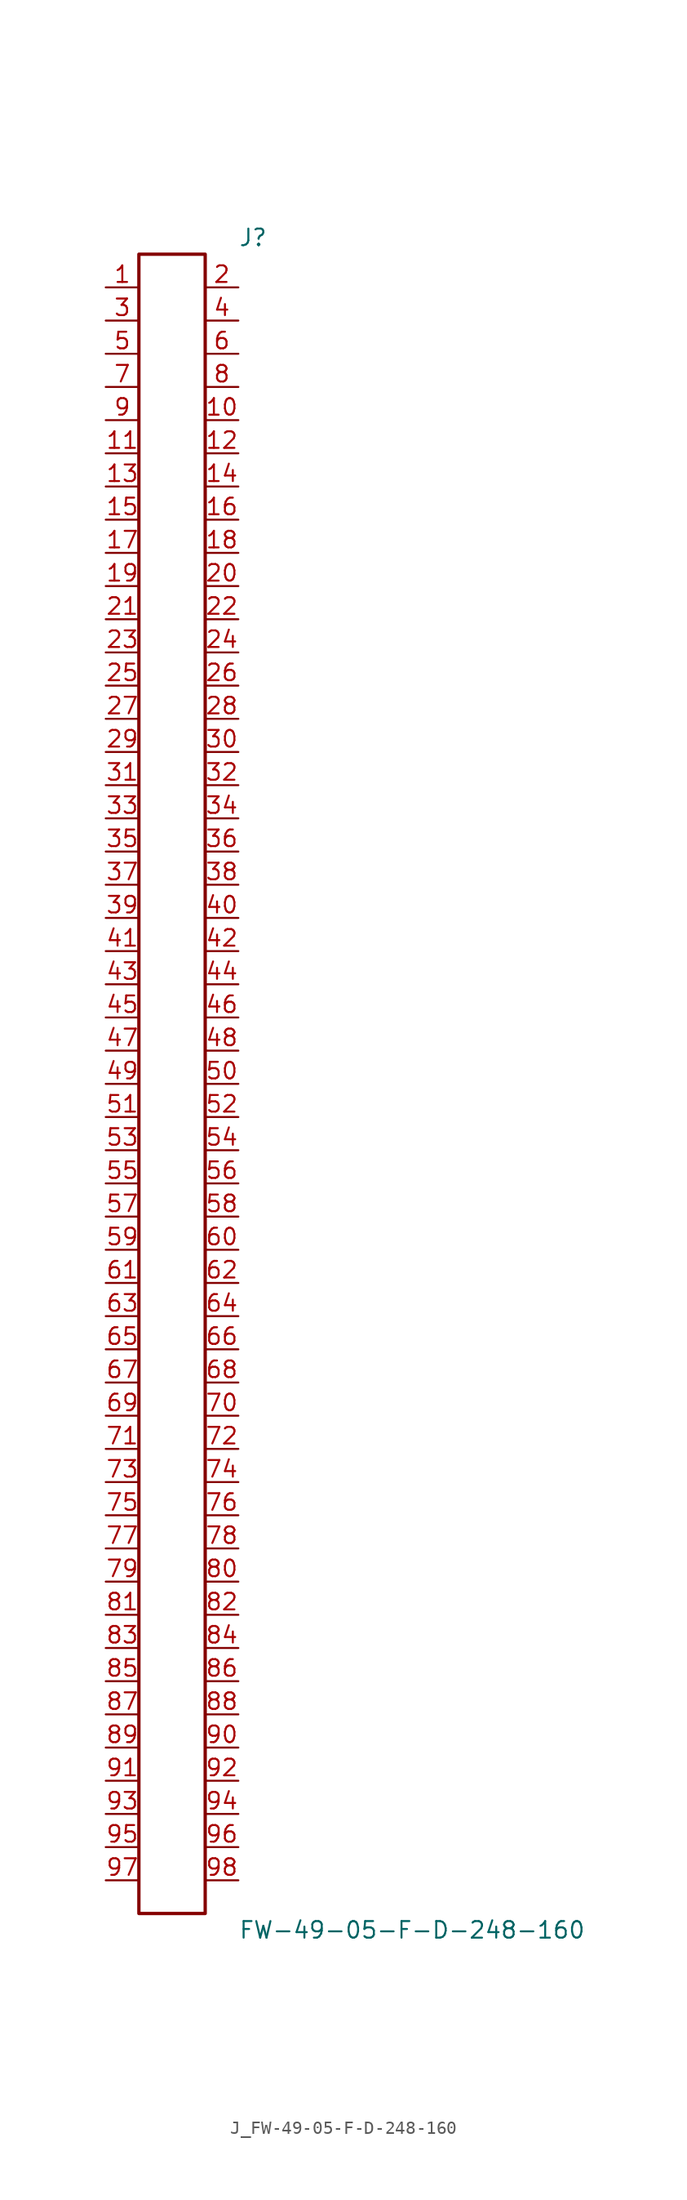
<source format=kicad_sym>
(kicad_symbol_lib
  (version 20231120)
  (generator kicad_symbol_editor)
  (generator_version 8.0)
  (symbol "J_FW-49-05-F-D-248-160"
    (pin_names
      (offset 0.254))
    (property "Reference" "J"
      (at 5.08 64.77 0)
      (effects (font (size 1.27 1.27)) (justify left)))
    (property "Value" "FW-49-05-F-D-248-160"
      (at 5.08 -64.77 0)
      (effects (font (size 1.27 1.27)) (justify left)))
    (symbol "J_FW-49-05-F-D-248-160_0_0"
      (pin passive line (at -5.08 60.96 0) (length 2.54) (name "" (effects (font (size 1.27 1.27)))) (number "1" (effects (font (size 1.27 1.27)))))
      (pin passive line (at 5.08 60.96 180) (length 2.54) (name "" (effects (font (size 1.27 1.27)))) (number "2" (effects (font (size 1.27 1.27)))))
      (pin passive line (at -5.08 58.42 0) (length 2.54) (name "" (effects (font (size 1.27 1.27)))) (number "3" (effects (font (size 1.27 1.27)))))
      (pin passive line (at 5.08 58.42 180) (length 2.54) (name "" (effects (font (size 1.27 1.27)))) (number "4" (effects (font (size 1.27 1.27)))))
      (pin passive line (at -5.08 55.88 0) (length 2.54) (name "" (effects (font (size 1.27 1.27)))) (number "5" (effects (font (size 1.27 1.27)))))
      (pin passive line (at 5.08 55.88 180) (length 2.54) (name "" (effects (font (size 1.27 1.27)))) (number "6" (effects (font (size 1.27 1.27)))))
      (pin passive line (at -5.08 53.34 0) (length 2.54) (name "" (effects (font (size 1.27 1.27)))) (number "7" (effects (font (size 1.27 1.27)))))
      (pin passive line (at 5.08 53.34 180) (length 2.54) (name "" (effects (font (size 1.27 1.27)))) (number "8" (effects (font (size 1.27 1.27)))))
      (pin passive line (at -5.08 50.8 0) (length 2.54) (name "" (effects (font (size 1.27 1.27)))) (number "9" (effects (font (size 1.27 1.27)))))
      (pin passive line (at 5.08 50.8 180) (length 2.54) (name "" (effects (font (size 1.27 1.27)))) (number "10" (effects (font (size 1.27 1.27)))))
      (pin passive line (at -5.08 48.26 0) (length 2.54) (name "" (effects (font (size 1.27 1.27)))) (number "11" (effects (font (size 1.27 1.27)))))
      (pin passive line (at 5.08 48.26 180) (length 2.54) (name "" (effects (font (size 1.27 1.27)))) (number "12" (effects (font (size 1.27 1.27)))))
      (pin passive line (at -5.08 45.72 0) (length 2.54) (name "" (effects (font (size 1.27 1.27)))) (number "13" (effects (font (size 1.27 1.27)))))
      (pin passive line (at 5.08 45.72 180) (length 2.54) (name "" (effects (font (size 1.27 1.27)))) (number "14" (effects (font (size 1.27 1.27)))))
      (pin passive line (at -5.08 43.18 0) (length 2.54) (name "" (effects (font (size 1.27 1.27)))) (number "15" (effects (font (size 1.27 1.27)))))
      (pin passive line (at 5.08 43.18 180) (length 2.54) (name "" (effects (font (size 1.27 1.27)))) (number "16" (effects (font (size 1.27 1.27)))))
      (pin passive line (at -5.08 40.64 0) (length 2.54) (name "" (effects (font (size 1.27 1.27)))) (number "17" (effects (font (size 1.27 1.27)))))
      (pin passive line (at 5.08 40.64 180) (length 2.54) (name "" (effects (font (size 1.27 1.27)))) (number "18" (effects (font (size 1.27 1.27)))))
      (pin passive line (at -5.08 38.1 0) (length 2.54) (name "" (effects (font (size 1.27 1.27)))) (number "19" (effects (font (size 1.27 1.27)))))
      (pin passive line (at 5.08 38.1 180) (length 2.54) (name "" (effects (font (size 1.27 1.27)))) (number "20" (effects (font (size 1.27 1.27)))))
      (pin passive line (at -5.08 35.56 0) (length 2.54) (name "" (effects (font (size 1.27 1.27)))) (number "21" (effects (font (size 1.27 1.27)))))
      (pin passive line (at 5.08 35.56 180) (length 2.54) (name "" (effects (font (size 1.27 1.27)))) (number "22" (effects (font (size 1.27 1.27)))))
      (pin passive line (at -5.08 33.02 0) (length 2.54) (name "" (effects (font (size 1.27 1.27)))) (number "23" (effects (font (size 1.27 1.27)))))
      (pin passive line (at 5.08 33.02 180) (length 2.54) (name "" (effects (font (size 1.27 1.27)))) (number "24" (effects (font (size 1.27 1.27)))))
      (pin passive line (at -5.08 30.48 0) (length 2.54) (name "" (effects (font (size 1.27 1.27)))) (number "25" (effects (font (size 1.27 1.27)))))
      (pin passive line (at 5.08 30.48 180) (length 2.54) (name "" (effects (font (size 1.27 1.27)))) (number "26" (effects (font (size 1.27 1.27)))))
      (pin passive line (at -5.08 27.94 0) (length 2.54) (name "" (effects (font (size 1.27 1.27)))) (number "27" (effects (font (size 1.27 1.27)))))
      (pin passive line (at 5.08 27.94 180) (length 2.54) (name "" (effects (font (size 1.27 1.27)))) (number "28" (effects (font (size 1.27 1.27)))))
      (pin passive line (at -5.08 25.4 0) (length 2.54) (name "" (effects (font (size 1.27 1.27)))) (number "29" (effects (font (size 1.27 1.27)))))
      (pin passive line (at 5.08 25.4 180) (length 2.54) (name "" (effects (font (size 1.27 1.27)))) (number "30" (effects (font (size 1.27 1.27)))))
      (pin passive line (at -5.08 22.86 0) (length 2.54) (name "" (effects (font (size 1.27 1.27)))) (number "31" (effects (font (size 1.27 1.27)))))
      (pin passive line (at 5.08 22.86 180) (length 2.54) (name "" (effects (font (size 1.27 1.27)))) (number "32" (effects (font (size 1.27 1.27)))))
      (pin passive line (at -5.08 20.32 0) (length 2.54) (name "" (effects (font (size 1.27 1.27)))) (number "33" (effects (font (size 1.27 1.27)))))
      (pin passive line (at 5.08 20.32 180) (length 2.54) (name "" (effects (font (size 1.27 1.27)))) (number "34" (effects (font (size 1.27 1.27)))))
      (pin passive line (at -5.08 17.78 0) (length 2.54) (name "" (effects (font (size 1.27 1.27)))) (number "35" (effects (font (size 1.27 1.27)))))
      (pin passive line (at 5.08 17.78 180) (length 2.54) (name "" (effects (font (size 1.27 1.27)))) (number "36" (effects (font (size 1.27 1.27)))))
      (pin passive line (at -5.08 15.24 0) (length 2.54) (name "" (effects (font (size 1.27 1.27)))) (number "37" (effects (font (size 1.27 1.27)))))
      (pin passive line (at 5.08 15.24 180) (length 2.54) (name "" (effects (font (size 1.27 1.27)))) (number "38" (effects (font (size 1.27 1.27)))))
      (pin passive line (at -5.08 12.7 0) (length 2.54) (name "" (effects (font (size 1.27 1.27)))) (number "39" (effects (font (size 1.27 1.27)))))
      (pin passive line (at 5.08 12.7 180) (length 2.54) (name "" (effects (font (size 1.27 1.27)))) (number "40" (effects (font (size 1.27 1.27)))))
      (pin passive line (at -5.08 10.16 0) (length 2.54) (name "" (effects (font (size 1.27 1.27)))) (number "41" (effects (font (size 1.27 1.27)))))
      (pin passive line (at 5.08 10.16 180) (length 2.54) (name "" (effects (font (size 1.27 1.27)))) (number "42" (effects (font (size 1.27 1.27)))))
      (pin passive line (at -5.08 7.62 0) (length 2.54) (name "" (effects (font (size 1.27 1.27)))) (number "43" (effects (font (size 1.27 1.27)))))
      (pin passive line (at 5.08 7.62 180) (length 2.54) (name "" (effects (font (size 1.27 1.27)))) (number "44" (effects (font (size 1.27 1.27)))))
      (pin passive line (at -5.08 5.08 0) (length 2.54) (name "" (effects (font (size 1.27 1.27)))) (number "45" (effects (font (size 1.27 1.27)))))
      (pin passive line (at 5.08 5.08 180) (length 2.54) (name "" (effects (font (size 1.27 1.27)))) (number "46" (effects (font (size 1.27 1.27)))))
      (pin passive line (at -5.08 2.54 0) (length 2.54) (name "" (effects (font (size 1.27 1.27)))) (number "47" (effects (font (size 1.27 1.27)))))
      (pin passive line (at 5.08 2.54 180) (length 2.54) (name "" (effects (font (size 1.27 1.27)))) (number "48" (effects (font (size 1.27 1.27)))))
      (pin passive line (at -5.08 0.0 0) (length 2.54) (name "" (effects (font (size 1.27 1.27)))) (number "49" (effects (font (size 1.27 1.27)))))
      (pin passive line (at 5.08 0.0 180) (length 2.54) (name "" (effects (font (size 1.27 1.27)))) (number "50" (effects (font (size 1.27 1.27)))))
      (pin passive line (at -5.08 -2.54 0) (length 2.54) (name "" (effects (font (size 1.27 1.27)))) (number "51" (effects (font (size 1.27 1.27)))))
      (pin passive line (at 5.08 -2.54 180) (length 2.54) (name "" (effects (font (size 1.27 1.27)))) (number "52" (effects (font (size 1.27 1.27)))))
      (pin passive line (at -5.08 -5.08 0) (length 2.54) (name "" (effects (font (size 1.27 1.27)))) (number "53" (effects (font (size 1.27 1.27)))))
      (pin passive line (at 5.08 -5.08 180) (length 2.54) (name "" (effects (font (size 1.27 1.27)))) (number "54" (effects (font (size 1.27 1.27)))))
      (pin passive line (at -5.08 -7.62 0) (length 2.54) (name "" (effects (font (size 1.27 1.27)))) (number "55" (effects (font (size 1.27 1.27)))))
      (pin passive line (at 5.08 -7.62 180) (length 2.54) (name "" (effects (font (size 1.27 1.27)))) (number "56" (effects (font (size 1.27 1.27)))))
      (pin passive line (at -5.08 -10.16 0) (length 2.54) (name "" (effects (font (size 1.27 1.27)))) (number "57" (effects (font (size 1.27 1.27)))))
      (pin passive line (at 5.08 -10.16 180) (length 2.54) (name "" (effects (font (size 1.27 1.27)))) (number "58" (effects (font (size 1.27 1.27)))))
      (pin passive line (at -5.08 -12.7 0) (length 2.54) (name "" (effects (font (size 1.27 1.27)))) (number "59" (effects (font (size 1.27 1.27)))))
      (pin passive line (at 5.08 -12.7 180) (length 2.54) (name "" (effects (font (size 1.27 1.27)))) (number "60" (effects (font (size 1.27 1.27)))))
      (pin passive line (at -5.08 -15.24 0) (length 2.54) (name "" (effects (font (size 1.27 1.27)))) (number "61" (effects (font (size 1.27 1.27)))))
      (pin passive line (at 5.08 -15.24 180) (length 2.54) (name "" (effects (font (size 1.27 1.27)))) (number "62" (effects (font (size 1.27 1.27)))))
      (pin passive line (at -5.08 -17.78 0) (length 2.54) (name "" (effects (font (size 1.27 1.27)))) (number "63" (effects (font (size 1.27 1.27)))))
      (pin passive line (at 5.08 -17.78 180) (length 2.54) (name "" (effects (font (size 1.27 1.27)))) (number "64" (effects (font (size 1.27 1.27)))))
      (pin passive line (at -5.08 -20.32 0) (length 2.54) (name "" (effects (font (size 1.27 1.27)))) (number "65" (effects (font (size 1.27 1.27)))))
      (pin passive line (at 5.08 -20.32 180) (length 2.54) (name "" (effects (font (size 1.27 1.27)))) (number "66" (effects (font (size 1.27 1.27)))))
      (pin passive line (at -5.08 -22.86 0) (length 2.54) (name "" (effects (font (size 1.27 1.27)))) (number "67" (effects (font (size 1.27 1.27)))))
      (pin passive line (at 5.08 -22.86 180) (length 2.54) (name "" (effects (font (size 1.27 1.27)))) (number "68" (effects (font (size 1.27 1.27)))))
      (pin passive line (at -5.08 -25.4 0) (length 2.54) (name "" (effects (font (size 1.27 1.27)))) (number "69" (effects (font (size 1.27 1.27)))))
      (pin passive line (at 5.08 -25.4 180) (length 2.54) (name "" (effects (font (size 1.27 1.27)))) (number "70" (effects (font (size 1.27 1.27)))))
      (pin passive line (at -5.08 -27.94 0) (length 2.54) (name "" (effects (font (size 1.27 1.27)))) (number "71" (effects (font (size 1.27 1.27)))))
      (pin passive line (at 5.08 -27.94 180) (length 2.54) (name "" (effects (font (size 1.27 1.27)))) (number "72" (effects (font (size 1.27 1.27)))))
      (pin passive line (at -5.08 -30.48 0) (length 2.54) (name "" (effects (font (size 1.27 1.27)))) (number "73" (effects (font (size 1.27 1.27)))))
      (pin passive line (at 5.08 -30.48 180) (length 2.54) (name "" (effects (font (size 1.27 1.27)))) (number "74" (effects (font (size 1.27 1.27)))))
      (pin passive line (at -5.08 -33.02 0) (length 2.54) (name "" (effects (font (size 1.27 1.27)))) (number "75" (effects (font (size 1.27 1.27)))))
      (pin passive line (at 5.08 -33.02 180) (length 2.54) (name "" (effects (font (size 1.27 1.27)))) (number "76" (effects (font (size 1.27 1.27)))))
      (pin passive line (at -5.08 -35.56 0) (length 2.54) (name "" (effects (font (size 1.27 1.27)))) (number "77" (effects (font (size 1.27 1.27)))))
      (pin passive line (at 5.08 -35.56 180) (length 2.54) (name "" (effects (font (size 1.27 1.27)))) (number "78" (effects (font (size 1.27 1.27)))))
      (pin passive line (at -5.08 -38.1 0) (length 2.54) (name "" (effects (font (size 1.27 1.27)))) (number "79" (effects (font (size 1.27 1.27)))))
      (pin passive line (at 5.08 -38.1 180) (length 2.54) (name "" (effects (font (size 1.27 1.27)))) (number "80" (effects (font (size 1.27 1.27)))))
      (pin passive line (at -5.08 -40.64 0) (length 2.54) (name "" (effects (font (size 1.27 1.27)))) (number "81" (effects (font (size 1.27 1.27)))))
      (pin passive line (at 5.08 -40.64 180) (length 2.54) (name "" (effects (font (size 1.27 1.27)))) (number "82" (effects (font (size 1.27 1.27)))))
      (pin passive line (at -5.08 -43.18 0) (length 2.54) (name "" (effects (font (size 1.27 1.27)))) (number "83" (effects (font (size 1.27 1.27)))))
      (pin passive line (at 5.08 -43.18 180) (length 2.54) (name "" (effects (font (size 1.27 1.27)))) (number "84" (effects (font (size 1.27 1.27)))))
      (pin passive line (at -5.08 -45.72 0) (length 2.54) (name "" (effects (font (size 1.27 1.27)))) (number "85" (effects (font (size 1.27 1.27)))))
      (pin passive line (at 5.08 -45.72 180) (length 2.54) (name "" (effects (font (size 1.27 1.27)))) (number "86" (effects (font (size 1.27 1.27)))))
      (pin passive line (at -5.08 -48.26 0) (length 2.54) (name "" (effects (font (size 1.27 1.27)))) (number "87" (effects (font (size 1.27 1.27)))))
      (pin passive line (at 5.08 -48.26 180) (length 2.54) (name "" (effects (font (size 1.27 1.27)))) (number "88" (effects (font (size 1.27 1.27)))))
      (pin passive line (at -5.08 -50.8 0) (length 2.54) (name "" (effects (font (size 1.27 1.27)))) (number "89" (effects (font (size 1.27 1.27)))))
      (pin passive line (at 5.08 -50.8 180) (length 2.54) (name "" (effects (font (size 1.27 1.27)))) (number "90" (effects (font (size 1.27 1.27)))))
      (pin passive line (at -5.08 -53.34 0) (length 2.54) (name "" (effects (font (size 1.27 1.27)))) (number "91" (effects (font (size 1.27 1.27)))))
      (pin passive line (at 5.08 -53.34 180) (length 2.54) (name "" (effects (font (size 1.27 1.27)))) (number "92" (effects (font (size 1.27 1.27)))))
      (pin passive line (at -5.08 -55.88 0) (length 2.54) (name "" (effects (font (size 1.27 1.27)))) (number "93" (effects (font (size 1.27 1.27)))))
      (pin passive line (at 5.08 -55.88 180) (length 2.54) (name "" (effects (font (size 1.27 1.27)))) (number "94" (effects (font (size 1.27 1.27)))))
      (pin passive line (at -5.08 -58.42 0) (length 2.54) (name "" (effects (font (size 1.27 1.27)))) (number "95" (effects (font (size 1.27 1.27)))))
      (pin passive line (at 5.08 -58.42 180) (length 2.54) (name "" (effects (font (size 1.27 1.27)))) (number "96" (effects (font (size 1.27 1.27)))))
      (pin passive line (at -5.08 -60.96 0) (length 2.54) (name "" (effects (font (size 1.27 1.27)))) (number "97" (effects (font (size 1.27 1.27)))))
      (pin passive line (at 5.08 -60.96 180) (length 2.54) (name "" (effects (font (size 1.27 1.27)))) (number "98" (effects (font (size 1.27 1.27))))))
    (symbol "J_FW-49-05-F-D-248-160_1_0"
      (rectangle (start -2.54 63.5) (end 2.54 -63.5) (stroke (width 0.254) (type solid)) (fill (type none))))))
</source>
